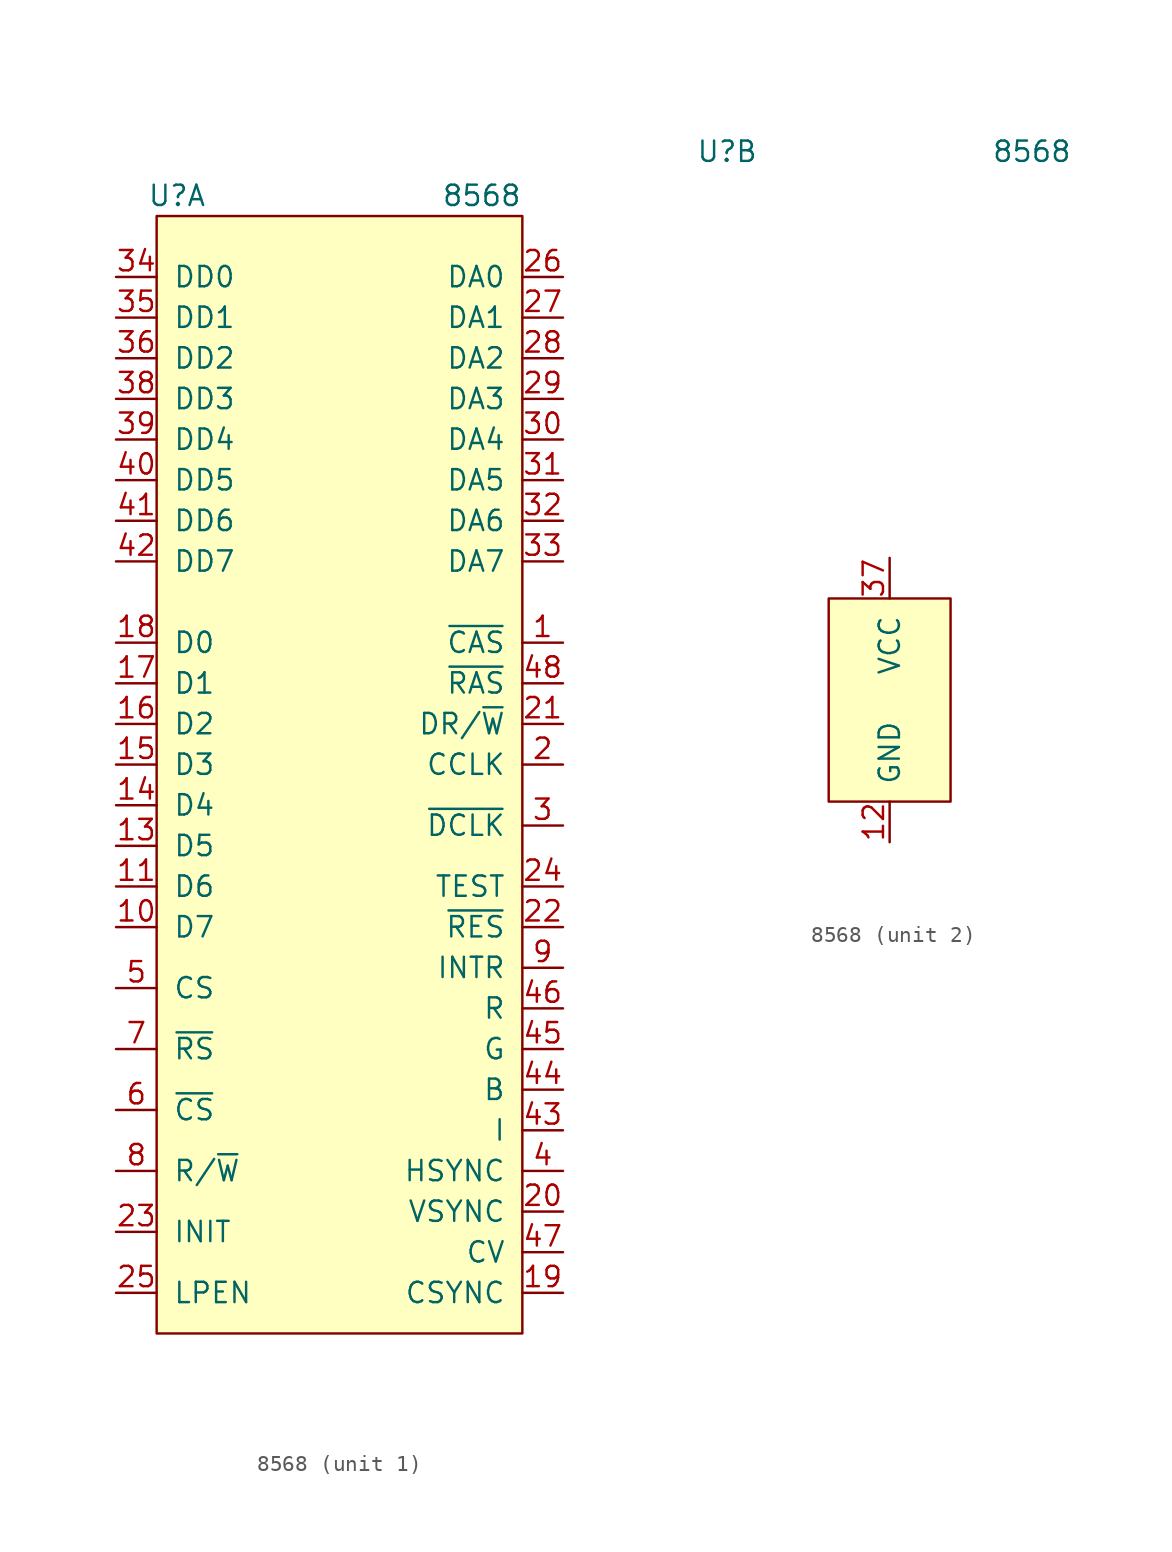
<source format=kicad_sym>
(kicad_symbol_lib
  (version 20220914)
  (generator kicad_symbol_editor)
  (symbol "8568"
    (pin_names
      (offset 1.016))
    (property "Reference" "U"
      (at -10.16 34.29 0)
      (effects (font (size 1.27 1.27))))
    (property "Value" "8568"
      (at 8.89 34.29 0)
      (effects (font (size 1.27 1.27))))
    (property "ki_locked" ""
      (at 0 0 0)
      (effects (font (size 1.27 1.27))))
    (symbol "8568_1_1"
      (rectangle (start -11.43 33.02) (end 11.43 -36.83) (stroke (width 0) (type default)) (fill (type background)))
      (pin output line (at 13.97 6.35 180) (length 2.54) (name "~{CAS}" (effects (font (size 1.27 1.27)))) (number "1" (effects (font (size 1.27 1.27)))))
      (pin bidirectional line (at -13.97 -11.43 0) (length 2.54) (name "D7" (effects (font (size 1.27 1.27)))) (number "10" (effects (font (size 1.27 1.27)))))
      (pin bidirectional line (at -13.97 -8.89 0) (length 2.54) (name "D6" (effects (font (size 1.27 1.27)))) (number "11" (effects (font (size 1.27 1.27)))))
      (pin bidirectional line (at -13.97 -6.35 0) (length 2.54) (name "D5" (effects (font (size 1.27 1.27)))) (number "13" (effects (font (size 1.27 1.27)))))
      (pin bidirectional line (at -13.97 -3.81 0) (length 2.54) (name "D4" (effects (font (size 1.27 1.27)))) (number "14" (effects (font (size 1.27 1.27)))))
      (pin bidirectional line (at -13.97 -1.27 0) (length 2.54) (name "D3" (effects (font (size 1.27 1.27)))) (number "15" (effects (font (size 1.27 1.27)))))
      (pin bidirectional line (at -13.97 1.27 0) (length 2.54) (name "D2" (effects (font (size 1.27 1.27)))) (number "16" (effects (font (size 1.27 1.27)))))
      (pin bidirectional line (at -13.97 3.81 0) (length 2.54) (name "D1" (effects (font (size 1.27 1.27)))) (number "17" (effects (font (size 1.27 1.27)))))
      (pin bidirectional line (at -13.97 6.35 0) (length 2.54) (name "D0" (effects (font (size 1.27 1.27)))) (number "18" (effects (font (size 1.27 1.27)))))
      (pin output line (at 13.97 -34.29 180) (length 2.54) (name "CSYNC" (effects (font (size 1.27 1.27)))) (number "19" (effects (font (size 1.27 1.27)))))
      (pin output line (at 13.97 -1.27 180) (length 2.54) (name "CCLK" (effects (font (size 1.27 1.27)))) (number "2" (effects (font (size 1.27 1.27)))))
      (pin output line (at 13.97 -29.21 180) (length 2.54) (name "VSYNC" (effects (font (size 1.27 1.27)))) (number "20" (effects (font (size 1.27 1.27)))))
      (pin output line (at 13.97 1.27 180) (length 2.54) (name "DR/~{W}" (effects (font (size 1.27 1.27)))) (number "21" (effects (font (size 1.27 1.27)))))
      (pin input line (at 13.97 -11.43 180) (length 2.54) (name "~{RES}" (effects (font (size 1.27 1.27)))) (number "22" (effects (font (size 1.27 1.27)))))
      (pin input line (at -13.97 -30.48 0) (length 2.54) (name "INIT" (effects (font (size 1.27 1.27)))) (number "23" (effects (font (size 1.27 1.27)))))
      (pin input line (at 13.97 -8.89 180) (length 2.54) (name "TEST" (effects (font (size 1.27 1.27)))) (number "24" (effects (font (size 1.27 1.27)))))
      (pin input line (at -13.97 -34.29 0) (length 2.54) (name "LPEN" (effects (font (size 1.27 1.27)))) (number "25" (effects (font (size 1.27 1.27)))))
      (pin bidirectional line (at 13.97 29.21 180) (length 2.54) (name "DA0" (effects (font (size 1.27 1.27)))) (number "26" (effects (font (size 1.27 1.27)))))
      (pin bidirectional line (at 13.97 26.67 180) (length 2.54) (name "DA1" (effects (font (size 1.27 1.27)))) (number "27" (effects (font (size 1.27 1.27)))))
      (pin bidirectional line (at 13.97 24.13 180) (length 2.54) (name "DA2" (effects (font (size 1.27 1.27)))) (number "28" (effects (font (size 1.27 1.27)))))
      (pin bidirectional line (at 13.97 21.59 180) (length 2.54) (name "DA3" (effects (font (size 1.27 1.27)))) (number "29" (effects (font (size 1.27 1.27)))))
      (pin input line (at 13.97 -5.08 180) (length 2.54) (name "~{DCLK}" (effects (font (size 1.27 1.27)))) (number "3" (effects (font (size 1.27 1.27)))))
      (pin bidirectional line (at 13.97 19.05 180) (length 2.54) (name "DA4" (effects (font (size 1.27 1.27)))) (number "30" (effects (font (size 1.27 1.27)))))
      (pin bidirectional line (at 13.97 16.51 180) (length 2.54) (name "DA5" (effects (font (size 1.27 1.27)))) (number "31" (effects (font (size 1.27 1.27)))))
      (pin bidirectional line (at 13.97 13.97 180) (length 2.54) (name "DA6" (effects (font (size 1.27 1.27)))) (number "32" (effects (font (size 1.27 1.27)))))
      (pin bidirectional line (at 13.97 11.43 180) (length 2.54) (name "DA7" (effects (font (size 1.27 1.27)))) (number "33" (effects (font (size 1.27 1.27)))))
      (pin bidirectional line (at -13.97 29.21 0) (length 2.54) (name "DD0" (effects (font (size 1.27 1.27)))) (number "34" (effects (font (size 1.27 1.27)))))
      (pin bidirectional line (at -13.97 26.67 0) (length 2.54) (name "DD1" (effects (font (size 1.27 1.27)))) (number "35" (effects (font (size 1.27 1.27)))))
      (pin bidirectional line (at -13.97 24.13 0) (length 2.54) (name "DD2" (effects (font (size 1.27 1.27)))) (number "36" (effects (font (size 1.27 1.27)))))
      (pin bidirectional line (at -13.97 21.59 0) (length 2.54) (name "DD3" (effects (font (size 1.27 1.27)))) (number "38" (effects (font (size 1.27 1.27)))))
      (pin bidirectional line (at -13.97 19.05 0) (length 2.54) (name "DD4" (effects (font (size 1.27 1.27)))) (number "39" (effects (font (size 1.27 1.27)))))
      (pin output line (at 13.97 -26.67 180) (length 2.54) (name "HSYNC" (effects (font (size 1.27 1.27)))) (number "4" (effects (font (size 1.27 1.27)))))
      (pin bidirectional line (at -13.97 16.51 0) (length 2.54) (name "DD5" (effects (font (size 1.27 1.27)))) (number "40" (effects (font (size 1.27 1.27)))))
      (pin bidirectional line (at -13.97 13.97 0) (length 2.54) (name "DD6" (effects (font (size 1.27 1.27)))) (number "41" (effects (font (size 1.27 1.27)))))
      (pin bidirectional line (at -13.97 11.43 0) (length 2.54) (name "DD7" (effects (font (size 1.27 1.27)))) (number "42" (effects (font (size 1.27 1.27)))))
      (pin output line (at 13.97 -24.13 180) (length 2.54) (name "I" (effects (font (size 1.27 1.27)))) (number "43" (effects (font (size 1.27 1.27)))))
      (pin output line (at 13.97 -21.59 180) (length 2.54) (name "B" (effects (font (size 1.27 1.27)))) (number "44" (effects (font (size 1.27 1.27)))))
      (pin output line (at 13.97 -19.05 180) (length 2.54) (name "G" (effects (font (size 1.27 1.27)))) (number "45" (effects (font (size 1.27 1.27)))))
      (pin output line (at 13.97 -16.51 180) (length 2.54) (name "R" (effects (font (size 1.27 1.27)))) (number "46" (effects (font (size 1.27 1.27)))))
      (pin output line (at 13.97 -31.75 180) (length 2.54) (name "CV" (effects (font (size 1.27 1.27)))) (number "47" (effects (font (size 1.27 1.27)))))
      (pin output line (at 13.97 3.81 180) (length 2.54) (name "~{RAS}" (effects (font (size 1.27 1.27)))) (number "48" (effects (font (size 1.27 1.27)))))
      (pin input line (at -13.97 -15.24 0) (length 2.54) (name "CS" (effects (font (size 1.27 1.27)))) (number "5" (effects (font (size 1.27 1.27)))))
      (pin input line (at -13.97 -22.86 0) (length 2.54) (name "~{CS}" (effects (font (size 1.27 1.27)))) (number "6" (effects (font (size 1.27 1.27)))))
      (pin input line (at -13.97 -19.05 0) (length 2.54) (name "~{RS}" (effects (font (size 1.27 1.27)))) (number "7" (effects (font (size 1.27 1.27)))))
      (pin input line (at -13.97 -26.67 0) (length 2.54) (name "R/~{W}" (effects (font (size 1.27 1.27)))) (number "8" (effects (font (size 1.27 1.27)))))
      (pin output line (at 13.97 -13.97 180) (length 2.54) (name "INTR" (effects (font (size 1.27 1.27)))) (number "9" (effects (font (size 1.27 1.27))))))
    (symbol "8568_2_1"
      (rectangle (start -3.81 6.35) (end 3.81 -6.35) (stroke (width 0) (type default)) (fill (type background)))
      (pin power_in line (at 0 -8.89 90) (length 2.54) (name "GND" (effects (font (size 1.27 1.27)))) (number "12" (effects (font (size 1.27 1.27)))))
      (pin power_in line (at 0 8.89 270) (length 2.54) (name "VCC" (effects (font (size 1.27 1.27)))) (number "37" (effects (font (size 1.27 1.27))))))))
</source>
